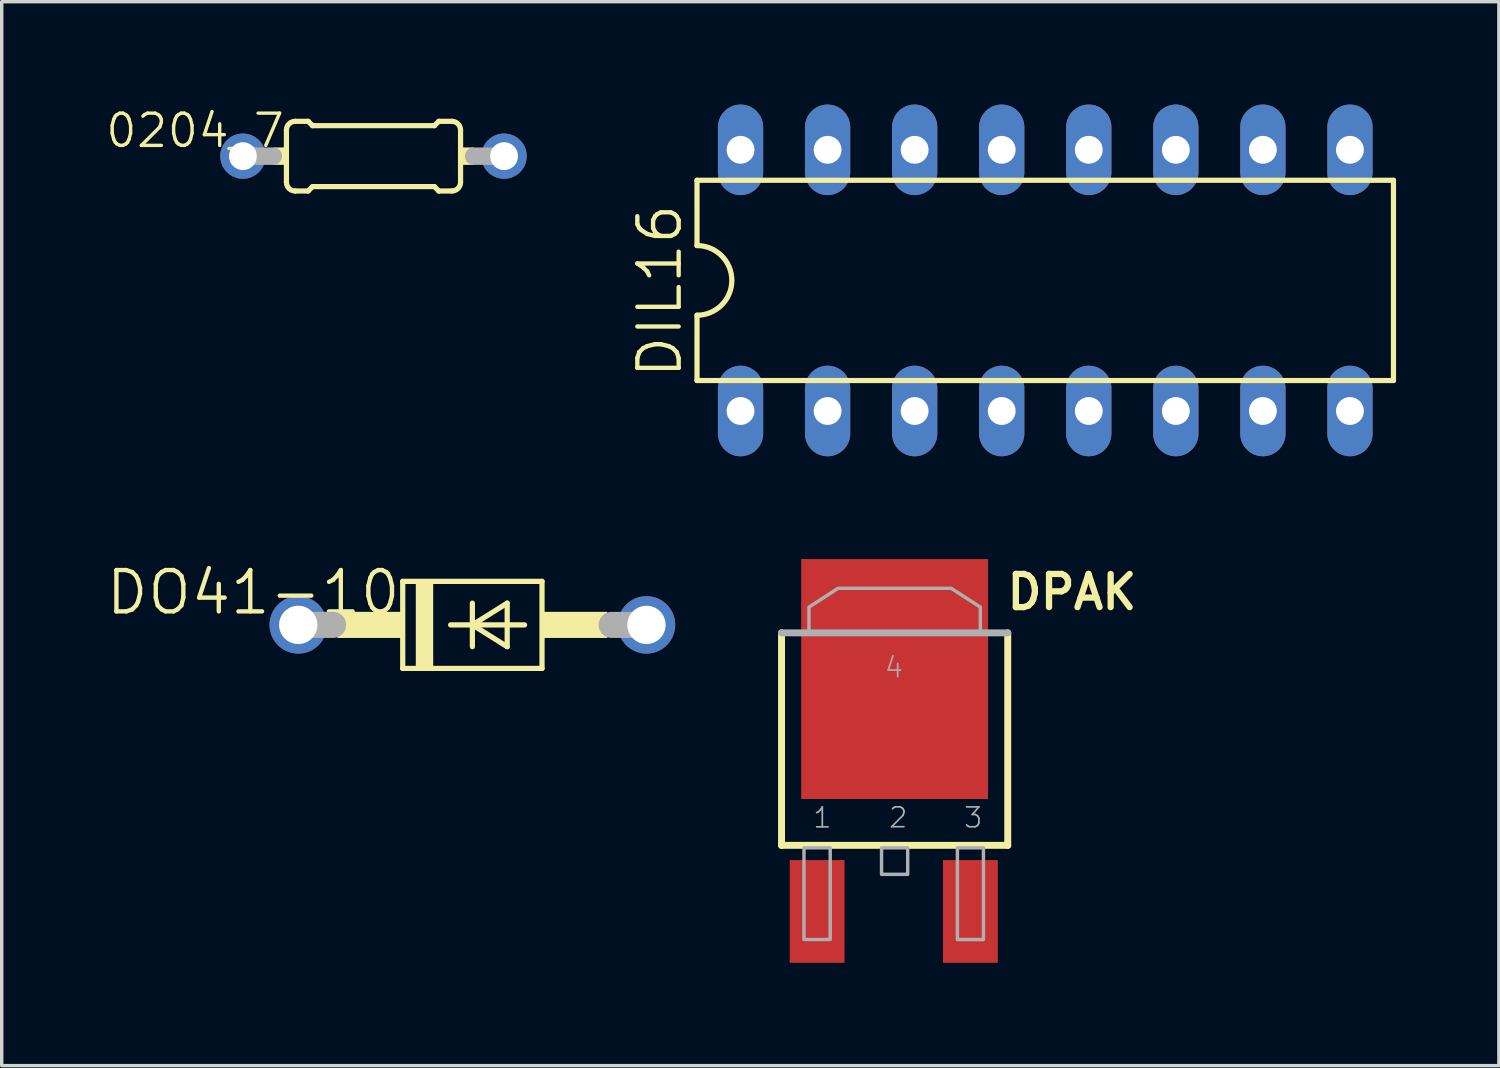
<source format=kicad_pcb>
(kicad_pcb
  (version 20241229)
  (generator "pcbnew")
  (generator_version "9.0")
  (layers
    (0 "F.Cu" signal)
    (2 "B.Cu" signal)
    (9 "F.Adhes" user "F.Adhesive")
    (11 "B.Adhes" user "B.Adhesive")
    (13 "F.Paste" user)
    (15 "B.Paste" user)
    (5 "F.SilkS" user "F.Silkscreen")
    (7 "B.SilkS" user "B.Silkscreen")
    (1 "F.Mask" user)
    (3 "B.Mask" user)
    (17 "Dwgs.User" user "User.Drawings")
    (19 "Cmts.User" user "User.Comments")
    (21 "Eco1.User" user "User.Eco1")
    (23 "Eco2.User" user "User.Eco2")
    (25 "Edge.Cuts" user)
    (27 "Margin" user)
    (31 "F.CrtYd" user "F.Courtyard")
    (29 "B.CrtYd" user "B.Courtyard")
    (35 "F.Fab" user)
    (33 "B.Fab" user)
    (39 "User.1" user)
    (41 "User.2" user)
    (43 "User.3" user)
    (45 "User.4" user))
  (footprint "DIL16"
    (layer "F.Cu")
    (at 27.446 5.131)
    (property "Reference" "DIL16" (at -10.541 2.921 90) (layer "F.SilkS") (effects (font (size 1.206 1.206) (thickness 0.127)) (justify left bottom)))
    (attr through_hole)
    (fp_line (start -10.16 -2.921) (end -10.16 -1.016) (stroke (width 0.152) (type solid)) (layer "F.SilkS"))
    (fp_line (start -10.16 2.921) (end -10.16 1.016) (stroke (width 0.152) (type solid)) (layer "F.SilkS"))
    (fp_line (start -10.16 2.921) (end 10.16 2.921) (stroke (width 0.152) (type solid)) (layer "F.SilkS"))
    (fp_line (start 10.16 -2.921) (end -10.16 -2.921) (stroke (width 0.152) (type solid)) (layer "F.SilkS"))
    (fp_line (start 10.16 -2.921) (end 10.16 2.921) (stroke (width 0.152) (type solid)) (layer "F.SilkS"))
    (fp_arc (start -10.16 -1.016) (mid -9.144 0) (end -10.16 1.016) (stroke (width 0.1524) (type solid)) (layer "F.SilkS"))
    (pad "1" thru_hole oval (at -8.89 3.81 90) (size 2.642 1.321) (drill 0.813) (layers "*.Cu" "*.Mask"))
    (pad "2" thru_hole oval (at -6.35 3.81 90) (size 2.642 1.321) (drill 0.813) (layers "*.Cu" "*.Mask"))
    (pad "3" thru_hole oval (at -3.81 3.81 90) (size 2.642 1.321) (drill 0.813) (layers "*.Cu" "*.Mask"))
    (pad "4" thru_hole oval (at -1.27 3.81 90) (size 2.642 1.321) (drill 0.813) (layers "*.Cu" "*.Mask"))
    (pad "5" thru_hole oval (at 1.27 3.81 90) (size 2.642 1.321) (drill 0.813) (layers "*.Cu" "*.Mask"))
    (pad "6" thru_hole oval (at 3.81 3.81 90) (size 2.642 1.321) (drill 0.813) (layers "*.Cu" "*.Mask"))
    (pad "7" thru_hole oval (at 6.35 3.81 90) (size 2.642 1.321) (drill 0.813) (layers "*.Cu" "*.Mask"))
    (pad "8" thru_hole oval (at 8.89 3.81 90) (size 2.642 1.321) (drill 0.813) (layers "*.Cu" "*.Mask"))
    (pad "9" thru_hole oval (at 8.89 -3.81 90) (size 2.642 1.321) (drill 0.813) (layers "*.Cu" "*.Mask"))
    (pad "10" thru_hole oval (at 6.35 -3.81 90) (size 2.642 1.321) (drill 0.813) (layers "*.Cu" "*.Mask"))
    (pad "11" thru_hole oval (at 3.81 -3.81 90) (size 2.642 1.321) (drill 0.813) (layers "*.Cu" "*.Mask"))
    (pad "12" thru_hole oval (at 1.27 -3.81 90) (size 2.642 1.321) (drill 0.813) (layers "*.Cu" "*.Mask"))
    (pad "13" thru_hole oval (at -1.27 -3.81 90) (size 2.642 1.321) (drill 0.813) (layers "*.Cu" "*.Mask"))
    (pad "14" thru_hole oval (at -3.81 -3.81 90) (size 2.642 1.321) (drill 0.813) (layers "*.Cu" "*.Mask"))
    (pad "15" thru_hole oval (at -6.35 -3.81 90) (size 2.642 1.321) (drill 0.813) (layers "*.Cu" "*.Mask"))
    (pad "16" thru_hole oval (at -8.89 -3.81 90) (size 2.642 1.321) (drill 0.813) (layers "*.Cu" "*.Mask")))
  (footprint "DO41-10"
    (layer "F.Cu")
    (at 10.732 15.182)
    (property "Reference" "DO41-10" (at -2.032 -1.651 0) (layer "F.SilkS") (effects (font (size 1.206 1.206) (thickness 0.127)) (justify right top)))
    (attr through_hole)
    (fp_line (start -2.032 -1.27) (end -2.032 1.27) (stroke (width 0.152) (type solid)) (layer "F.SilkS"))
    (fp_line (start -2.032 -1.27) (end 2.032 -1.27) (stroke (width 0.152) (type solid)) (layer "F.SilkS"))
    (fp_line (start -0.635 0) (end 0 0) (stroke (width 0.152) (type solid)) (layer "F.SilkS"))
    (fp_line (start 0 -0.635) (end 0 0) (stroke (width 0.152) (type solid)) (layer "F.SilkS"))
    (fp_line (start 0 0) (end 0 0.635) (stroke (width 0.152) (type solid)) (layer "F.SilkS"))
    (fp_line (start 0 0) (end 1.016 -0.635) (stroke (width 0.152) (type solid)) (layer "F.SilkS"))
    (fp_line (start 0 0) (end 1.524 0) (stroke (width 0.152) (type solid)) (layer "F.SilkS"))
    (fp_line (start 1.016 -0.635) (end 1.016 0.635) (stroke (width 0.152) (type solid)) (layer "F.SilkS"))
    (fp_line (start 1.016 0.635) (end 0 0) (stroke (width 0.152) (type solid)) (layer "F.SilkS"))
    (fp_line (start 2.032 1.27) (end -2.032 1.27) (stroke (width 0.152) (type solid)) (layer "F.SilkS"))
    (fp_line (start 2.032 1.27) (end 2.032 -1.27) (stroke (width 0.152) (type solid)) (layer "F.SilkS"))
    (fp_poly (pts (xy -3.937 0.381) (xy -2.032 0.381) (xy -2.032 -0.381) (xy -3.937 -0.381)) (stroke (width 0) (type solid)) (fill yes) (layer "F.SilkS"))
    (fp_poly (pts (xy -1.651 1.27) (xy -1.143 1.27) (xy -1.143 -1.27) (xy -1.651 -1.27)) (stroke (width 0) (type solid)) (fill yes) (layer "F.SilkS"))
    (fp_poly (pts (xy 2.032 0.381) (xy 3.937 0.381) (xy 3.937 -0.381) (xy 2.032 -0.381)) (stroke (width 0) (type solid)) (fill yes) (layer "F.SilkS"))
    (fp_line (start -5.08 0) (end -4.064 0) (stroke (width 0.762) (type solid)) (layer "F.Fab"))
    (fp_line (start 5.08 0) (end 4.064 0) (stroke (width 0.762) (type solid)) (layer "F.Fab"))
    (pad "A" thru_hole circle (at 5.08 0) (size 1.676 1.676) (drill 1.118) (layers "*.Cu" "*.Mask"))
    (pad "C" thru_hole circle (at -5.08 0) (size 1.676 1.676) (drill 1.118) (layers "*.Cu" "*.Mask")))
  (footprint "0204_7"
    (layer "F.Cu")
    (at 7.847 1.506)
    (property "Reference" "0204_7" (at -2.54 -1.295 0) (layer "F.SilkS") (effects (font (size 0.941 0.941) (thickness 0.099)) (justify right top)))
    (attr through_hole)
    (fp_line (start -2.54 0.762) (end -2.54 -0.762) (stroke (width 0.152) (type solid)) (layer "F.SilkS"))
    (fp_line (start -2.286 -1.016) (end -1.905 -1.016) (stroke (width 0.152) (type solid)) (layer "F.SilkS"))
    (fp_line (start -2.286 1.016) (end -1.905 1.016) (stroke (width 0.152) (type solid)) (layer "F.SilkS"))
    (fp_line (start -1.778 -0.889) (end -1.905 -1.016) (stroke (width 0.152) (type solid)) (layer "F.SilkS"))
    (fp_line (start -1.778 0.889) (end -1.905 1.016) (stroke (width 0.152) (type solid)) (layer "F.SilkS"))
    (fp_line (start 1.778 -0.889) (end -1.778 -0.889) (stroke (width 0.152) (type solid)) (layer "F.SilkS"))
    (fp_line (start 1.778 -0.889) (end 1.905 -1.016) (stroke (width 0.152) (type solid)) (layer "F.SilkS"))
    (fp_line (start 1.778 0.889) (end -1.778 0.889) (stroke (width 0.152) (type solid)) (layer "F.SilkS"))
    (fp_line (start 1.778 0.889) (end 1.905 1.016) (stroke (width 0.152) (type solid)) (layer "F.SilkS"))
    (fp_line (start 2.286 -1.016) (end 1.905 -1.016) (stroke (width 0.152) (type solid)) (layer "F.SilkS"))
    (fp_line (start 2.286 1.016) (end 1.905 1.016) (stroke (width 0.152) (type solid)) (layer "F.SilkS"))
    (fp_line (start 2.54 0.762) (end 2.54 -0.762) (stroke (width 0.152) (type solid)) (layer "F.SilkS"))
    (fp_arc (start -2.54 -0.762) (mid -2.465605 -0.941605) (end -2.286 -1.016) (stroke (width 0.1524) (type solid)) (layer "F.SilkS"))
    (fp_arc (start -2.286 1.016) (mid -2.465605 0.941605) (end -2.54 0.762) (stroke (width 0.1524) (type solid)) (layer "F.SilkS"))
    (fp_arc (start 2.286 -1.016) (mid 2.465605 -0.941605) (end 2.54 -0.762) (stroke (width 0.1524) (type solid)) (layer "F.SilkS"))
    (fp_arc (start 2.54 0.762) (mid 2.465605 0.941605) (end 2.286 1.016) (stroke (width 0.1524) (type solid)) (layer "F.SilkS"))
    (fp_poly (pts (xy -2.921 0.254) (xy -2.54 0.254) (xy -2.54 -0.254) (xy -2.921 -0.254)) (stroke (width 0) (type solid)) (fill yes) (layer "F.SilkS"))
    (fp_poly (pts (xy 2.54 0.254) (xy 2.921 0.254) (xy 2.921 -0.254) (xy 2.54 -0.254)) (stroke (width 0) (type solid)) (fill yes) (layer "F.SilkS"))
    (fp_line (start -3.81 0) (end -2.921 0) (stroke (width 0.508) (type solid)) (layer "F.Fab"))
    (fp_line (start 3.81 0) (end 2.921 0) (stroke (width 0.508) (type solid)) (layer "F.Fab"))
    (pad "1" thru_hole circle (at -3.81 0) (size 1.321 1.321) (drill 0.813) (layers "*.Cu" "*.Mask"))
    (pad "2" thru_hole circle (at 3.81 0) (size 1.321 1.321) (drill 0.813) (layers "*.Cu" "*.Mask")))
  (footprint "DPAK"
    (layer "F.Cu")
    (at 23.052 18.614)
    (property "Reference" "DPAK" (at 3.186 -3.823 0) (layer "F.SilkS") (effects (font (size 0.968 0.968) (thickness 0.183)) (justify left bottom)))
    (attr through_hole)
    (fp_line (start -3.3 -3.2) (end -3.3 3) (stroke (width 0.203) (type solid)) (layer "F.SilkS"))
    (fp_line (start 3.3 3) (end -3.3 3) (stroke (width 0.203) (type solid)) (layer "F.SilkS"))
    (fp_line (start 3.3 3) (end 3.3 -3.2) (stroke (width 0.203) (type solid)) (layer "F.SilkS"))
    (fp_line (start 3.3 -3.2) (end -3.3 -3.2) (stroke (width 0.203) (type solid)) (layer "F.Fab"))
    (fp_poly (pts (xy -2.645 5.747) (xy -1.88 5.747) (xy -1.88 3.073) (xy -2.645 3.073)) (stroke (width 0.1) (type solid)) (fill no) (layer "F.Fab"))
    (fp_poly (pts (xy -0.382 3.846) (xy 0.381 3.846) (xy 0.381 3.073) (xy -0.382 3.073)) (stroke (width 0.1) (type solid)) (fill no) (layer "F.Fab"))
    (fp_poly (pts (xy 1.831 5.748) (xy 2.591 5.748) (xy 2.591 3.073) (xy 1.831 3.073)) (stroke (width 0.1) (type solid)) (fill no) (layer "F.Fab"))
    (fp_poly (pts (xy -2.5 -3.2) (xy -2.5 -3.95) (xy -1.65 -4.5) (xy 1.65 -4.5) (xy 2.5 -3.95) (xy 2.5 -3.2)) (stroke (width 0.1) (type solid)) (fill no) (layer "F.Fab"))
    (fp_text user "2" (at -0.203 2.53 0) (layer "F.Fab") (effects (font (size 0.58 0.58) (thickness 0.049)) (justify left bottom)))
    (fp_text user "3" (at 1.984 2.531 0) (layer "F.Fab") (effects (font (size 0.58 0.58) (thickness 0.049)) (justify left bottom)))
    (fp_text user "4" (at -0.331 -1.847 0) (layer "F.Fab") (effects (font (size 0.581 0.581) (thickness 0.049)) (justify left bottom)))
    (fp_text user "1" (at -2.419 2.534 0) (layer "F.Fab") (effects (font (size 0.581 0.581) (thickness 0.049)) (justify left bottom)))
    (pad "1" smd rect (at -2.261 4.928) (size 1.6 2.997) (layers "F.Cu" "F.Mask" "F.Paste"))
    (pad "3" smd rect (at 2.21 4.928) (size 1.6 2.997) (layers "F.Cu" "F.Mask" "F.Paste"))
    (pad "4" smd rect (at 0 -1.853) (size 5.452 7) (layers "F.Cu" "F.Mask" "F.Paste")))
  (gr_rect
    (start -3 -3)
    (end 40.682 28.041)
    (stroke (width 0.1) (type default))
    (fill no)
    (layer "Edge.Cuts")))
</source>
